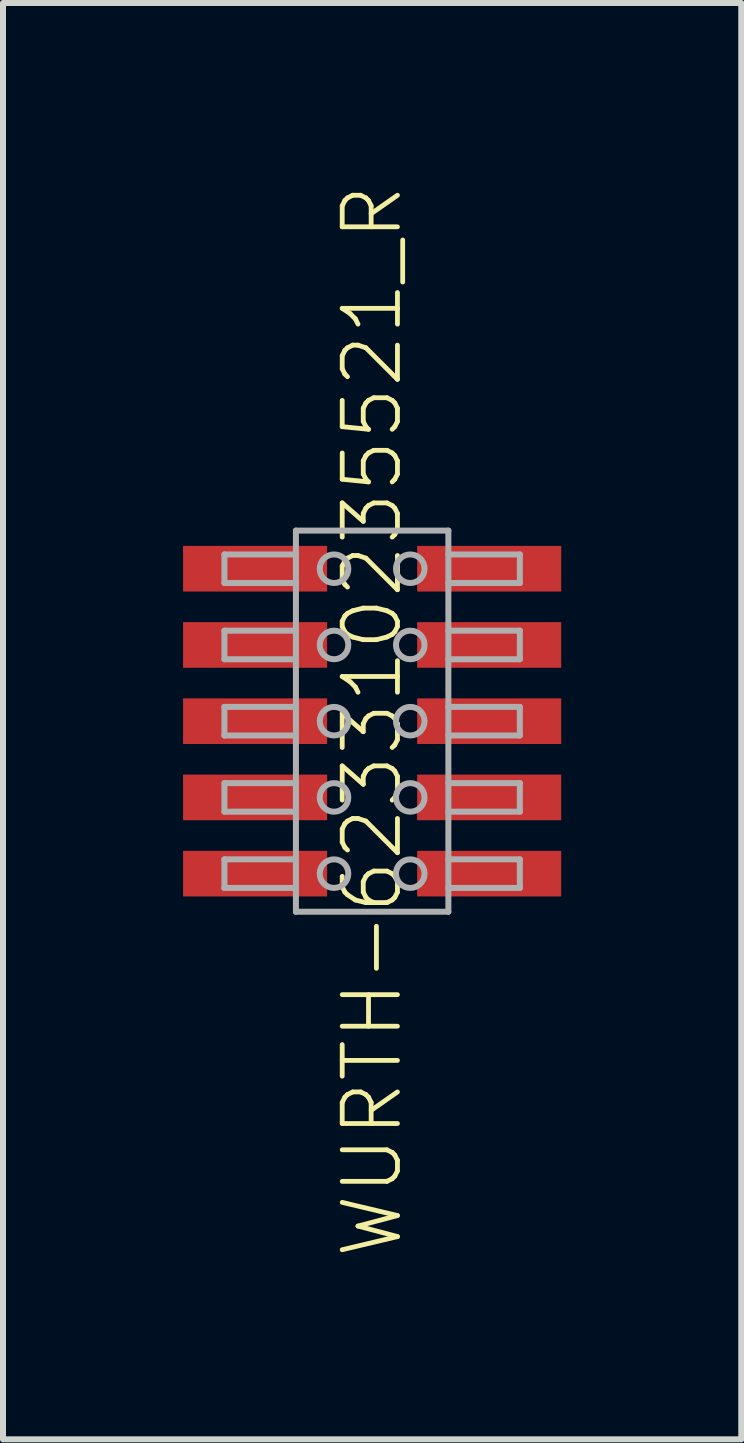
<source format=kicad_pcb>
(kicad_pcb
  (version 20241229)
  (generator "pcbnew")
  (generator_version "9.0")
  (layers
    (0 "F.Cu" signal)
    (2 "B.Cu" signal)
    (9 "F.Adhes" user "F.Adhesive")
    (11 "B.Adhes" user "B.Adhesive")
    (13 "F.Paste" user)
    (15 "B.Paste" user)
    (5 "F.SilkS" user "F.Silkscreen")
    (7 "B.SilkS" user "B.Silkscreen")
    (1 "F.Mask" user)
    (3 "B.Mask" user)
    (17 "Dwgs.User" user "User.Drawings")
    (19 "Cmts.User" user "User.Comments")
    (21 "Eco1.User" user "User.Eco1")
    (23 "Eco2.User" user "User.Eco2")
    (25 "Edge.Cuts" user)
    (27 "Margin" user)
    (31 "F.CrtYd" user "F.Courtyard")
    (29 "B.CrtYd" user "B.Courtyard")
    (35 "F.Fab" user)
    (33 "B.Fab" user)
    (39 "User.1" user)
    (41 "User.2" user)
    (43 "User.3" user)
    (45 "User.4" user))
  (footprint "WURTH-623310235521_R"
    (layer "F.Cu")
    (at 3.15 8.965)
    (property "Reference" "WURTH-623310235521_R" (at 0 0 90) (unlocked yes) (layer "F.SilkS") (effects (font (size 0.92 0.92) (thickness 0.08))))
    (fp_poly (pts (xy -0.75 -2.16) (xy -3.15 -2.16) (xy -3.15 -2.92) (xy -0.75 -2.92)) (stroke (width 0) (type default)) (fill yes) (layer "F.Paste"))
    (fp_poly (pts (xy -0.75 -0.89) (xy -3.15 -0.89) (xy -3.15 -1.65) (xy -0.75 -1.65)) (stroke (width 0) (type default)) (fill yes) (layer "F.Paste"))
    (fp_poly (pts (xy -0.75 0.38) (xy -3.15 0.38) (xy -3.15 -0.38) (xy -0.75 -0.38)) (stroke (width 0) (type default)) (fill yes) (layer "F.Paste"))
    (fp_poly (pts (xy -0.75 1.65) (xy -3.15 1.65) (xy -3.15 0.89) (xy -0.75 0.89)) (stroke (width 0) (type default)) (fill yes) (layer "F.Paste"))
    (fp_poly (pts (xy -0.75 2.92) (xy -3.15 2.92) (xy -3.15 2.16) (xy -0.75 2.16)) (stroke (width 0) (type default)) (fill yes) (layer "F.Paste"))
    (fp_poly (pts (xy 3.15 -2.16) (xy 0.75 -2.16) (xy 0.75 -2.92) (xy 3.15 -2.92)) (stroke (width 0) (type default)) (fill yes) (layer "F.Paste"))
    (fp_poly (pts (xy 3.15 -0.89) (xy 0.75 -0.89) (xy 0.75 -1.65) (xy 3.15 -1.65)) (stroke (width 0) (type default)) (fill yes) (layer "F.Paste"))
    (fp_poly (pts (xy 3.15 0.38) (xy 0.75 0.38) (xy 0.75 -0.38) (xy 3.15 -0.38)) (stroke (width 0) (type default)) (fill yes) (layer "F.Paste"))
    (fp_poly (pts (xy 3.15 1.65) (xy 0.75 1.65) (xy 0.75 0.89) (xy 3.15 0.89)) (stroke (width 0) (type default)) (fill yes) (layer "F.Paste"))
    (fp_poly (pts (xy 3.15 2.92) (xy 0.75 2.92) (xy 0.75 2.16) (xy 3.15 2.16)) (stroke (width 0) (type default)) (fill yes) (layer "F.Paste"))
    (fp_line (start -2.461 -2.778) (end -2.461 -2.302) (stroke (width 0.1) (type solid)) (layer "F.Fab"))
    (fp_line (start -2.461 -2.302) (end -1.27 -2.302) (stroke (width 0.1) (type solid)) (layer "F.Fab"))
    (fp_line (start -2.461 -1.508) (end -2.461 -1.032) (stroke (width 0.1) (type solid)) (layer "F.Fab"))
    (fp_line (start -2.461 -1.032) (end -1.27 -1.032) (stroke (width 0.1) (type solid)) (layer "F.Fab"))
    (fp_line (start -2.461 -0.238) (end -2.461 0.238) (stroke (width 0.1) (type solid)) (layer "F.Fab"))
    (fp_line (start -2.461 0.238) (end -1.27 0.238) (stroke (width 0.1) (type solid)) (layer "F.Fab"))
    (fp_line (start -2.461 1.032) (end -2.461 1.508) (stroke (width 0.1) (type solid)) (layer "F.Fab"))
    (fp_line (start -2.461 1.508) (end -1.27 1.508) (stroke (width 0.1) (type solid)) (layer "F.Fab"))
    (fp_line (start -2.461 2.302) (end -2.461 2.778) (stroke (width 0.1) (type solid)) (layer "F.Fab"))
    (fp_line (start -2.461 2.778) (end -1.27 2.778) (stroke (width 0.1) (type solid)) (layer "F.Fab"))
    (fp_line (start -1.27 -3.175) (end 1.27 -3.175) (stroke (width 0.1) (type solid)) (layer "F.Fab"))
    (fp_line (start -1.27 -2.778) (end -2.461 -2.778) (stroke (width 0.1) (type solid)) (layer "F.Fab"))
    (fp_line (start -1.27 -2.778) (end -1.27 -3.175) (stroke (width 0.1) (type solid)) (layer "F.Fab"))
    (fp_line (start -1.27 -2.302) (end -1.27 -2.778) (stroke (width 0.1) (type solid)) (layer "F.Fab"))
    (fp_line (start -1.27 -1.508) (end -2.461 -1.508) (stroke (width 0.1) (type solid)) (layer "F.Fab"))
    (fp_line (start -1.27 -0.238) (end -2.461 -0.238) (stroke (width 0.1) (type solid)) (layer "F.Fab"))
    (fp_line (start -1.27 1.032) (end -2.461 1.032) (stroke (width 0.1) (type solid)) (layer "F.Fab"))
    (fp_line (start -1.27 2.302) (end -2.461 2.302) (stroke (width 0.1) (type solid)) (layer "F.Fab"))
    (fp_line (start -1.27 3.175) (end -1.27 -2.302) (stroke (width 0.1) (type solid)) (layer "F.Fab"))
    (fp_line (start -1.27 3.175) (end 1.27 3.175) (stroke (width 0.1) (type solid)) (layer "F.Fab"))
    (fp_line (start 1.27 -3.175) (end 1.27 3.175) (stroke (width 0.1) (type solid)) (layer "F.Fab"))
    (fp_line (start 1.27 -2.302) (end 2.461 -2.302) (stroke (width 0.1) (type solid)) (layer "F.Fab"))
    (fp_line (start 1.27 -1.032) (end 2.461 -1.032) (stroke (width 0.1) (type solid)) (layer "F.Fab"))
    (fp_line (start 1.27 0.238) (end 2.461 0.238) (stroke (width 0.1) (type solid)) (layer "F.Fab"))
    (fp_line (start 1.27 1.508) (end 2.461 1.508) (stroke (width 0.1) (type solid)) (layer "F.Fab"))
    (fp_line (start 1.27 2.778) (end 2.461 2.778) (stroke (width 0.1) (type solid)) (layer "F.Fab"))
    (fp_line (start 2.461 -2.778) (end 1.27 -2.778) (stroke (width 0.1) (type solid)) (layer "F.Fab"))
    (fp_line (start 2.461 -2.302) (end 2.461 -2.778) (stroke (width 0.1) (type solid)) (layer "F.Fab"))
    (fp_line (start 2.461 -1.508) (end 1.27 -1.508) (stroke (width 0.1) (type solid)) (layer "F.Fab"))
    (fp_line (start 2.461 -1.032) (end 2.461 -1.508) (stroke (width 0.1) (type solid)) (layer "F.Fab"))
    (fp_line (start 2.461 -0.238) (end 1.27 -0.238) (stroke (width 0.1) (type solid)) (layer "F.Fab"))
    (fp_line (start 2.461 0.238) (end 2.461 -0.238) (stroke (width 0.1) (type solid)) (layer "F.Fab"))
    (fp_line (start 2.461 1.032) (end 1.27 1.032) (stroke (width 0.1) (type solid)) (layer "F.Fab"))
    (fp_line (start 2.461 1.508) (end 2.461 1.032) (stroke (width 0.1) (type solid)) (layer "F.Fab"))
    (fp_line (start 2.461 2.302) (end 1.27 2.302) (stroke (width 0.1) (type solid)) (layer "F.Fab"))
    (fp_line (start 2.461 2.778) (end 2.461 2.302) (stroke (width 0.1) (type solid)) (layer "F.Fab"))
    (fp_circle (center -0.635 -2.54) (end -0.397 -2.54) (stroke (width 0.1) (type solid)) (fill no) (layer "F.Fab"))
    (fp_circle (center -0.635 -1.27) (end -0.397 -1.27) (stroke (width 0.1) (type solid)) (fill no) (layer "F.Fab"))
    (fp_circle (center -0.635 0) (end -0.397 0) (stroke (width 0.1) (type solid)) (fill no) (layer "F.Fab"))
    (fp_circle (center -0.635 1.27) (end -0.397 1.27) (stroke (width 0.1) (type solid)) (fill no) (layer "F.Fab"))
    (fp_circle (center -0.635 2.54) (end -0.397 2.54) (stroke (width 0.1) (type solid)) (fill no) (layer "F.Fab"))
    (fp_circle (center 0.635 -2.54) (end 0.873 -2.54) (stroke (width 0.1) (type solid)) (fill no) (layer "F.Fab"))
    (fp_circle (center 0.635 -1.27) (end 0.873 -1.27) (stroke (width 0.1) (type solid)) (fill no) (layer "F.Fab"))
    (fp_circle (center 0.635 0) (end 0.873 0) (stroke (width 0.1) (type solid)) (fill no) (layer "F.Fab"))
    (fp_circle (center 0.635 1.27) (end 0.873 1.27) (stroke (width 0.1) (type solid)) (fill no) (layer "F.Fab"))
    (fp_circle (center 0.635 2.54) (end 0.873 2.54) (stroke (width 0.1) (type solid)) (fill no) (layer "F.Fab"))
    (pad "1" smd rect (at -1.95 -2.54) (size 2.4 0.76) (layers "F.Cu" "F.Mask"))
    (pad "2" smd rect (at 1.95 -2.54) (size 2.4 0.76) (layers "F.Cu" "F.Mask"))
    (pad "3" smd rect (at -1.95 -1.27) (size 2.4 0.76) (layers "F.Cu" "F.Mask"))
    (pad "4" smd rect (at 1.95 -1.27) (size 2.4 0.76) (layers "F.Cu" "F.Mask"))
    (pad "5" smd rect (at -1.95 0) (size 2.4 0.76) (layers "F.Cu" "F.Mask"))
    (pad "6" smd rect (at 1.95 0) (size 2.4 0.76) (layers "F.Cu" "F.Mask"))
    (pad "7" smd rect (at -1.95 1.27) (size 2.4 0.76) (layers "F.Cu" "F.Mask"))
    (pad "8" smd rect (at 1.95 1.27) (size 2.4 0.76) (layers "F.Cu" "F.Mask"))
    (pad "9" smd rect (at -1.95 2.54) (size 2.4 0.76) (layers "F.Cu" "F.Mask"))
    (pad "10" smd rect (at 1.95 2.54) (size 2.4 0.76) (layers "F.Cu" "F.Mask")))
  (gr_rect
    (start -3 -3)
    (end 9.3 20.93)
    (stroke (width 0.1) (type default))
    (fill no)
    (layer "Edge.Cuts")))
</source>
